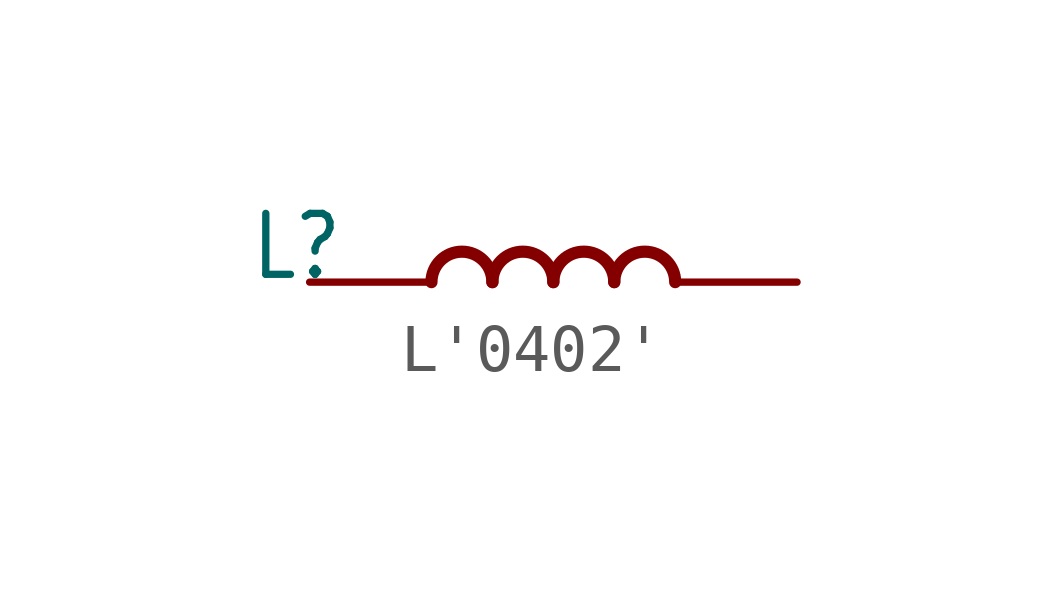
<source format=kicad_sym>
(kicad_symbol_lib
  (version 20241209)
  (generator "kicad_symbol_editor")
  (generator_version "9.0")
  (symbol "L'0402'"
    (property "Reference" "L"
      (at -6.35 0 0)
      (effects (font (size 1.27 1.079)) (justify left bottom)))
    (property "Value" ""
      (at 2.54 0 0)
      (effects (font (size 1.27 1.079)) (justify left bottom)))
    (property "ki_locked" ""
      (at 0 0 0)
      (effects (font (size 1.27 1.27))))
    (symbol "L'0402'_1_0"
      (arc (start -2.54 0) (mid -1.905 0.635) (end -1.27 0) (stroke (width 0.254) (type solid)) (fill (type none)))
      (arc (start -1.27 0) (mid -0.635 0.635) (end 0 0) (stroke (width 0.254) (type solid)) (fill (type none)))
      (arc (start 0 0) (mid 0.635 0.635) (end 1.27 0) (stroke (width 0.254) (type solid)) (fill (type none)))
      (arc (start 1.27 0) (mid 1.905 0.635) (end 2.54 0) (stroke (width 0.254) (type solid)) (fill (type none)))
      (pin passive line (at -5.08 0 0) (length 2.54) (name "1" (effects (font (size 0 0)))) (number "1" (effects (font (size 0 0)))))
      (pin passive line (at 5.08 0 180) (length 2.54) (name "2" (effects (font (size 0 0)))) (number "2" (effects (font (size 0 0))))))))
</source>
